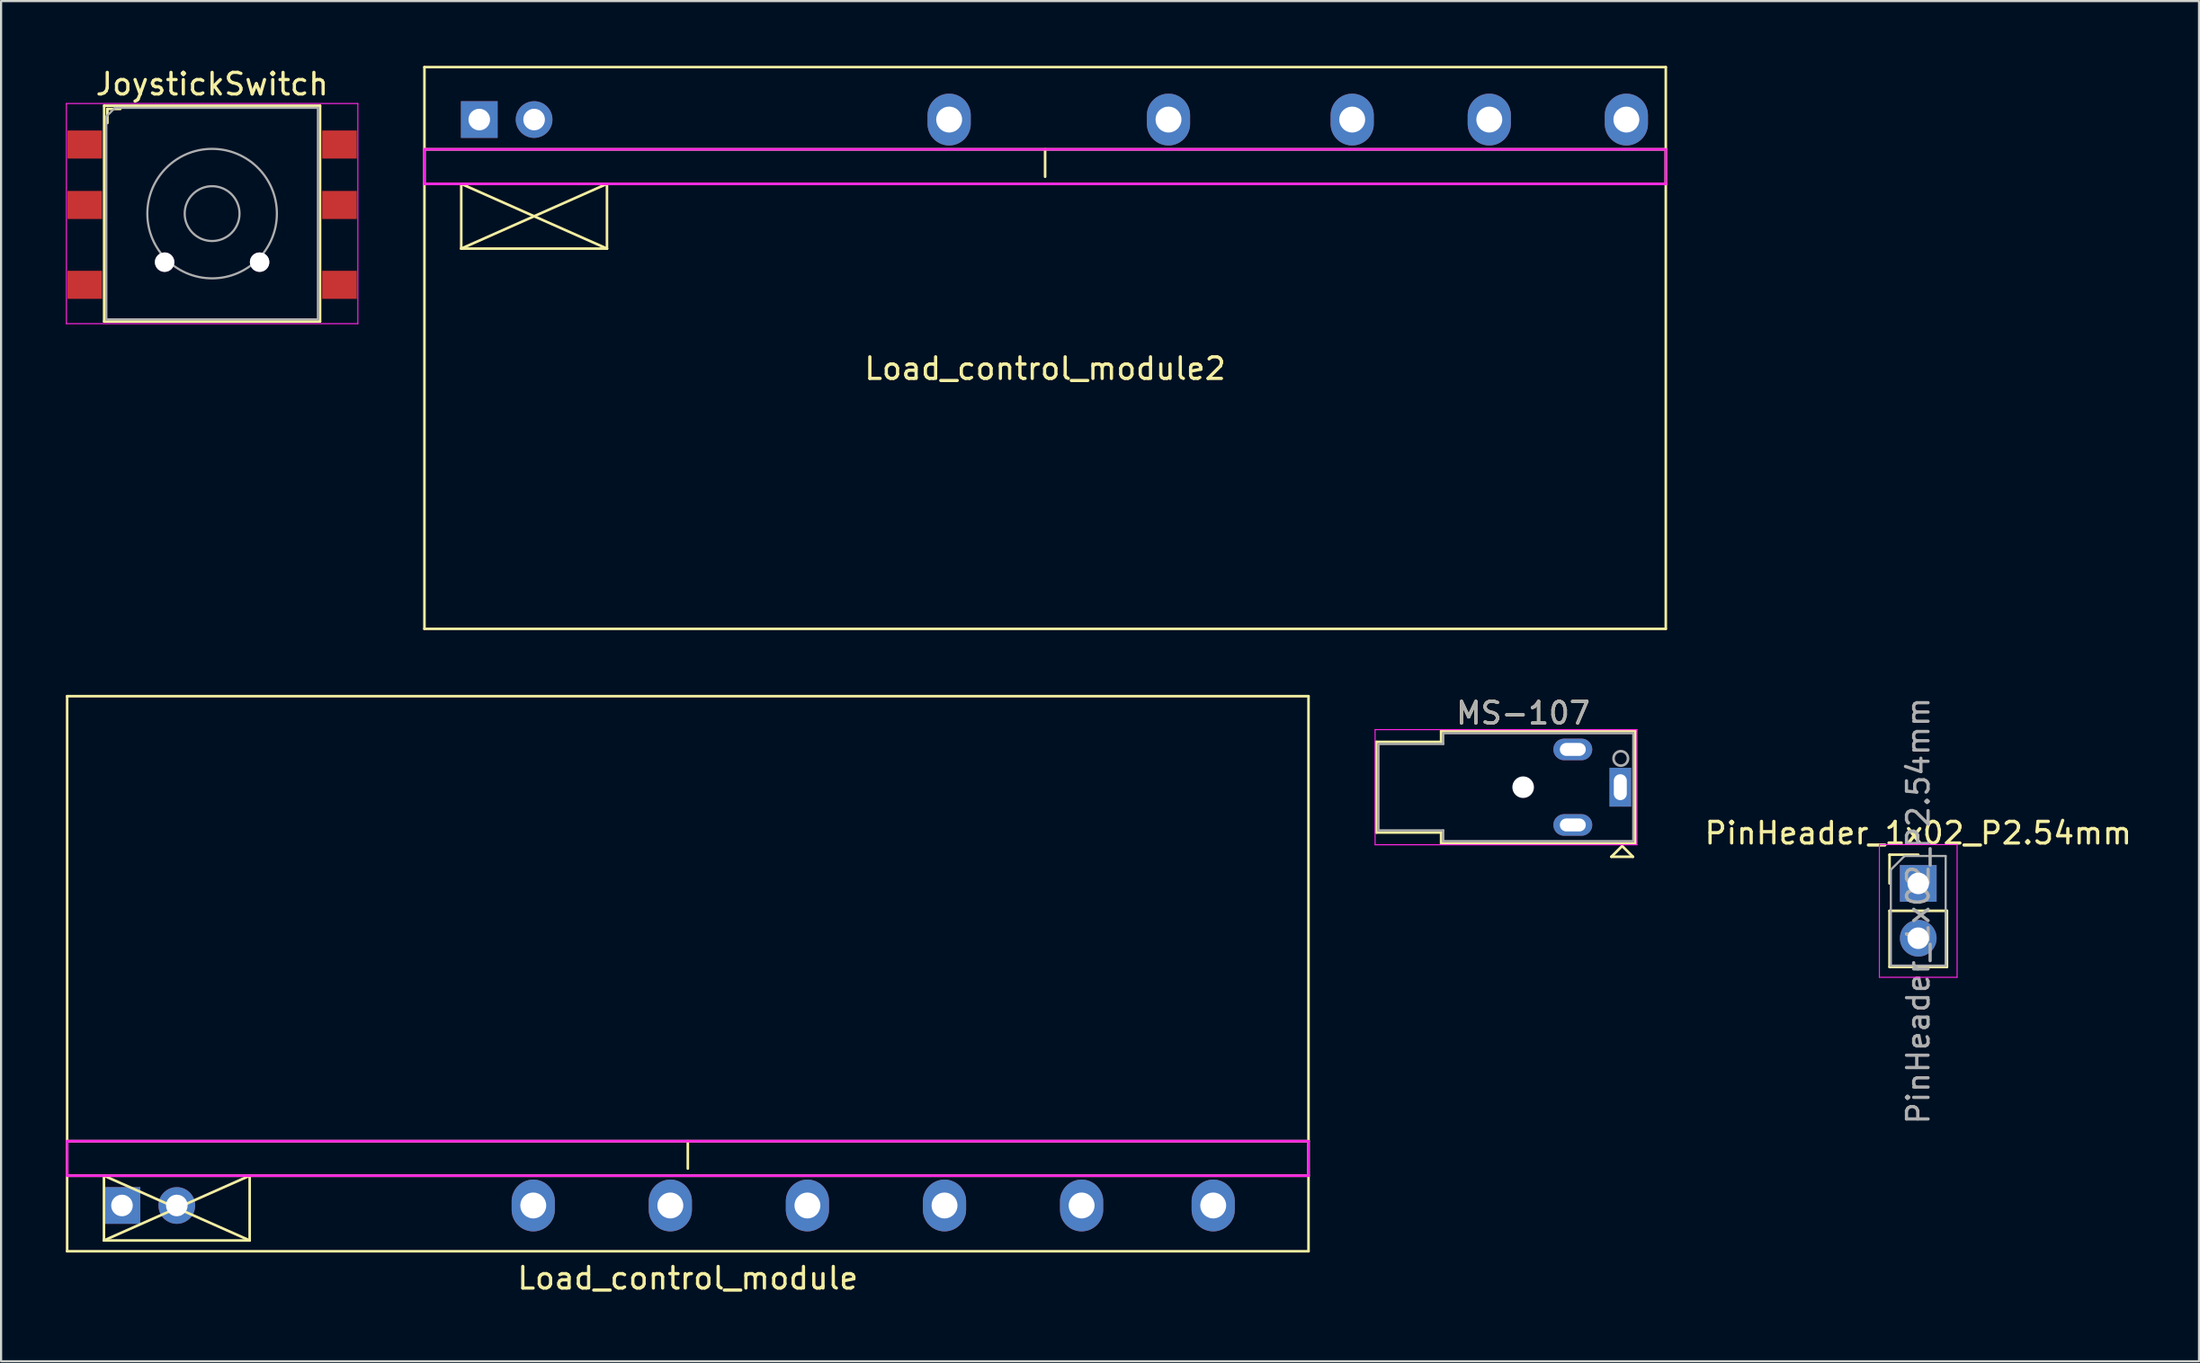
<source format=kicad_pcb>
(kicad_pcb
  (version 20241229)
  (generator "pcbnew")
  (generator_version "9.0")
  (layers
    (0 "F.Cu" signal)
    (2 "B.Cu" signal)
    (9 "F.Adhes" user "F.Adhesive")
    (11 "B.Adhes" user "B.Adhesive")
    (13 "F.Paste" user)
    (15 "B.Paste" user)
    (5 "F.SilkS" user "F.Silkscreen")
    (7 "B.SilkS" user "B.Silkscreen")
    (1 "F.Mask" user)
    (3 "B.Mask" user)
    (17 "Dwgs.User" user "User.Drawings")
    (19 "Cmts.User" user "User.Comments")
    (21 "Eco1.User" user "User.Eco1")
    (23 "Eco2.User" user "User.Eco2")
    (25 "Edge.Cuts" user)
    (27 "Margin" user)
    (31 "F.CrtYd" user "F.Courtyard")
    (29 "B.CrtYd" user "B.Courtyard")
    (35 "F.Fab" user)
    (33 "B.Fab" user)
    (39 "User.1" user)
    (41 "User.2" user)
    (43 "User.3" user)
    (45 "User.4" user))
  (footprint "Load_control_module2"
    (layer "F.Cu")
    (at 45.36 3.87)
    (property "Reference" "Load_control_module2" (at 0 10.16 180) (layer "F.SilkS") (effects (font (size 1 1) (thickness 0.15))))
    (attr through_hole)
    (fp_line (start -28.75 -3.81) (end 28.75 -3.81) (stroke (width 0.12) (type solid)) (layer "F.SilkS"))
    (fp_line (start -28.75 0) (end 28.75 0) (stroke (width 0.12) (type solid)) (layer "F.SilkS"))
    (fp_line (start -28.75 1.6) (end 28.75 1.6) (stroke (width 0.12) (type solid)) (layer "F.SilkS"))
    (fp_line (start -28.75 22.22) (end -28.75 -3.81) (stroke (width 0.12) (type solid)) (layer "F.SilkS"))
    (fp_line (start -27.045 1.6) (end -20.295 4.6) (stroke (width 0.12) (type solid)) (layer "F.SilkS"))
    (fp_line (start -27.045 4.6) (end -27.045 1.6) (stroke (width 0.12) (type solid)) (layer "F.SilkS"))
    (fp_line (start -27.045 4.6) (end -20.295 1.6) (stroke (width 0.12) (type solid)) (layer "F.SilkS"))
    (fp_line (start -20.295 4.6) (end -27.045 4.6) (stroke (width 0.12) (type solid)) (layer "F.SilkS"))
    (fp_line (start -20.295 4.6) (end -20.295 1.6) (stroke (width 0.12) (type solid)) (layer "F.SilkS"))
    (fp_line (start 0 0) (end 0 1.27) (stroke (width 0.12) (type solid)) (layer "F.SilkS"))
    (fp_line (start 28.75 -3.81) (end 28.75 22.22) (stroke (width 0.12) (type solid)) (layer "F.SilkS"))
    (fp_line (start 28.75 22.22) (end -28.75 22.22) (stroke (width 0.12) (type solid)) (layer "F.SilkS"))
    (fp_line (start -28.75 0) (end -28.75 1.6) (stroke (width 0.12) (type solid)) (layer "F.CrtYd"))
    (fp_line (start -28.75 1.6) (end 28.75 1.6) (stroke (width 0.12) (type solid)) (layer "F.CrtYd"))
    (fp_line (start 28.75 0) (end -28.75 0) (stroke (width 0.12) (type solid)) (layer "F.CrtYd"))
    (fp_line (start 28.75 1.6) (end 28.75 0.013) (stroke (width 0.12) (type solid)) (layer "F.CrtYd"))
    (pad "1" thru_hole rect (at -26.21 -1.38 180) (size 1.7 1.7) (drill 1) (layers "*.Cu" "*.Mask"))
    (pad "2" thru_hole circle (at -23.67 -1.38 180) (size 1.7 1.7) (drill 1) (layers "*.Cu" "*.Mask"))
    (pad "3" thru_hole oval (at -4.445 -1.38 180) (size 2 2.4) (drill 1.2) (layers "*.Cu" "*.Mask"))
    (pad "4" thru_hole oval (at 5.715 -1.38 180) (size 2 2.4) (drill 1.2) (layers "*.Cu" "*.Mask"))
    (pad "5" thru_hole oval (at 14.224 -1.38 180) (size 2 2.4) (drill 1.2) (layers "*.Cu" "*.Mask"))
    (pad "6" thru_hole oval (at 20.574 -1.38 180) (size 2 2.4) (drill 1.2) (layers "*.Cu" "*.Mask"))
    (pad "7" thru_hole oval (at 26.924 -1.38 180) (size 2 2.4) (drill 1.2) (layers "*.Cu" "*.Mask")))
  (footprint "MS-107"
    (layer "F.Cu")
    (at 67.503 33.427)
    (property "Reference" "MS-107" (at 0 -3.429 180) (layer "F.SilkS") (effects (font (size 1 1) (thickness 0.15))))
    (attr through_hole)
    (fp_line (start -6.8 -2.1) (end -6.8 2.1) (stroke (width 0.12) (type solid)) (layer "F.SilkS"))
    (fp_line (start -3.8 -2.6) (end -3.8 -2.1) (stroke (width 0.12) (type solid)) (layer "F.SilkS"))
    (fp_line (start -3.8 -2.6) (end 5.2 -2.6) (stroke (width 0.12) (type solid)) (layer "F.SilkS"))
    (fp_line (start -3.8 -2.1) (end -6.8 -2.1) (stroke (width 0.12) (type solid)) (layer "F.SilkS"))
    (fp_line (start -3.8 2.1) (end -6.8 2.1) (stroke (width 0.12) (type solid)) (layer "F.SilkS"))
    (fp_line (start -3.8 2.1) (end -3.8 2.6) (stroke (width 0.12) (type solid)) (layer "F.SilkS"))
    (fp_line (start -3.8 2.6) (end 5.2 2.6) (stroke (width 0.12) (type solid)) (layer "F.SilkS"))
    (fp_line (start 4.086 3.224) (end 5.086 3.224) (stroke (width 0.12) (type solid)) (layer "F.SilkS"))
    (fp_line (start 4.586 2.724) (end 4.086 3.224) (stroke (width 0.12) (type solid)) (layer "F.SilkS"))
    (fp_line (start 5.086 3.224) (end 4.586 2.724) (stroke (width 0.12) (type solid)) (layer "F.SilkS"))
    (fp_line (start 5.2 2.6) (end 5.2 -2.6) (stroke (width 0.12) (type solid)) (layer "F.SilkS"))
    (fp_line (start -6.858 -2.667) (end 5.271 -2.667) (stroke (width 0.05) (type solid)) (layer "F.CrtYd"))
    (fp_line (start -6.858 2.667) (end -6.858 -2.667) (stroke (width 0.05) (type solid)) (layer "F.CrtYd"))
    (fp_line (start -6.858 2.667) (end 5.271 2.667) (stroke (width 0.05) (type solid)) (layer "F.CrtYd"))
    (fp_line (start 5.271 2.667) (end 5.271 -2.667) (stroke (width 0.05) (type solid)) (layer "F.CrtYd"))
    (fp_line (start -6.7 -2) (end -3.7 -2) (stroke (width 0.1) (type solid)) (layer "F.Fab"))
    (fp_line (start -6.7 2) (end -6.7 -2) (stroke (width 0.1) (type solid)) (layer "F.Fab"))
    (fp_line (start -3.7 -2.5) (end -3.7 -2) (stroke (width 0.1) (type solid)) (layer "F.Fab"))
    (fp_line (start -3.7 -2.5) (end 5.1 -2.5) (stroke (width 0.1) (type solid)) (layer "F.Fab"))
    (fp_line (start -3.7 2) (end -6.7 2) (stroke (width 0.1) (type solid)) (layer "F.Fab"))
    (fp_line (start -3.7 2) (end -3.7 2.5) (stroke (width 0.1) (type solid)) (layer "F.Fab"))
    (fp_line (start 5.1 -2.5) (end 5.1 2.5) (stroke (width 0.1) (type solid)) (layer "F.Fab"))
    (fp_line (start 5.1 2.5) (end -3.7 2.5) (stroke (width 0.1) (type solid)) (layer "F.Fab"))
    (fp_circle (center 4.522 -1.333) (end 4.858 -1.333) (stroke (width 0.12) (type solid)) (fill no) (layer "F.Fab"))
    (fp_text user "${REFERENCE}" (at 0 -3.429 180) (layer "F.Fab") (effects (font (size 1 1) (thickness 0.15))))
    (pad "" np_thru_hole circle (at 0 0) (size 1 1) (drill 1) (layers "*.Cu" "*.Mask"))
    (pad "1" thru_hole rect (at 4.5 0 180) (size 1 1.8) (drill oval 0.6 1.2) (layers "*.Cu" "*.Mask"))
    (pad "3" thru_hole oval (at 2.3 -1.75 90) (size 1 1.8) (drill oval 0.6 1.2) (layers "*.Cu" "*.Mask"))
    (pad "3" thru_hole oval (at 2.3 1.75 90) (size 1 1.8) (drill oval 0.6 1.2) (layers "*.Cu" "*.Mask")))
  (footprint "JoystickSwitch"
    (layer "F.Cu")
    (at 6.775 6.848)
    (property "Reference" "JoystickSwitch" (at 0 -6 0) (layer "F.SilkS") (effects (font (size 1 1) (thickness 0.15))))
    (attr through_hole)
    (fp_line (start -5 -5) (end 5 -5) (stroke (width 0.12) (type solid)) (layer "F.SilkS"))
    (fp_line (start -5 5) (end -5 -5) (stroke (width 0.12) (type solid)) (layer "F.SilkS"))
    (fp_line (start -5 5) (end 5 5) (stroke (width 0.12) (type solid)) (layer "F.SilkS"))
    (fp_line (start -4.85 -4.85) (end -4.25 -4.85) (stroke (width 0.12) (type solid)) (layer "F.SilkS"))
    (fp_line (start -4.85 -4.2) (end -4.85 -4.85) (stroke (width 0.12) (type solid)) (layer "F.SilkS"))
    (fp_line (start 5 5) (end 5 -5) (stroke (width 0.12) (type solid)) (layer "F.SilkS"))
    (fp_line (start -6.75 -5.1) (end 6.75 -5.1) (stroke (width 0.05) (type solid)) (layer "F.CrtYd"))
    (fp_line (start -6.75 5.1) (end -6.75 -5.1) (stroke (width 0.05) (type solid)) (layer "F.CrtYd"))
    (fp_line (start 6.75 -5.1) (end 6.75 5.1) (stroke (width 0.05) (type solid)) (layer "F.CrtYd"))
    (fp_line (start 6.75 5.1) (end -6.75 5.1) (stroke (width 0.05) (type solid)) (layer "F.CrtYd"))
    (fp_line (start -4.9 -4.5) (end -4.9 4.9) (stroke (width 0.1) (type solid)) (layer "F.Fab"))
    (fp_line (start -4.9 -4.5) (end -4.5 -4.9) (stroke (width 0.1) (type solid)) (layer "F.Fab"))
    (fp_line (start -4.9 4.9) (end 4.9 4.9) (stroke (width 0.1) (type solid)) (layer "F.Fab"))
    (fp_line (start 4.9 -4.9) (end -4.5 -4.9) (stroke (width 0.1) (type solid)) (layer "F.Fab"))
    (fp_line (start 4.9 4.9) (end 4.9 -4.9) (stroke (width 0.1) (type solid)) (layer "F.Fab"))
    (fp_circle (center 0 0) (end 1.27 0) (stroke (width 0.1) (type solid)) (fill no) (layer "F.Fab"))
    (fp_circle (center 0 0) (end 3 0) (stroke (width 0.1) (type solid)) (fill no) (layer "F.Fab"))
    (pad "1" smd rect (at -5.9 -3.2) (size 1.6 1.3) (layers "F.Cu" "F.Mask" "F.Paste"))
    (pad "2" smd rect (at -5.9 -0.4) (size 1.6 1.3) (layers "F.Cu" "F.Mask" "F.Paste"))
    (pad "3" smd rect (at -5.9 3.3) (size 1.6 1.3) (layers "F.Cu" "F.Mask" "F.Paste"))
    (pad "4" smd rect (at 5.9 -3.2) (size 1.6 1.3) (layers "F.Cu" "F.Mask" "F.Paste"))
    (pad "5" smd rect (at 5.9 -0.4) (size 1.6 1.3) (layers "F.Cu" "F.Mask" "F.Paste"))
    (pad "6" smd rect (at 5.9 3.3) (size 1.6 1.3) (layers "F.Cu" "F.Mask" "F.Paste"))
    (pad "~" thru_hole circle (at -2.2 2.25) (size 0.9 0.9) (drill 0.9) (layers "*.Cu" "*.Mask"))
    (pad "~" thru_hole circle (at 2.2 2.25) (size 0.9 0.9) (drill 0.9) (layers "*.Cu" "*.Mask")))
  (footprint "Load_control_module"
    (layer "F.Cu")
    (at 28.81 49.83)
    (property "Reference" "Load_control_module" (at 0 6.35 180) (layer "F.SilkS") (effects (font (size 1 1) (thickness 0.15))))
    (attr through_hole)
    (fp_line (start -28.75 -20.62) (end 28.75 -20.62) (stroke (width 0.12) (type solid)) (layer "F.SilkS"))
    (fp_line (start -28.75 0) (end 28.75 0) (stroke (width 0.12) (type solid)) (layer "F.SilkS"))
    (fp_line (start -28.75 1.6) (end 28.75 1.6) (stroke (width 0.12) (type solid)) (layer "F.SilkS"))
    (fp_line (start -28.75 5.1) (end -28.75 -20.62) (stroke (width 0.12) (type solid)) (layer "F.SilkS"))
    (fp_line (start -27.045 1.6) (end -20.295 4.6) (stroke (width 0.12) (type solid)) (layer "F.SilkS"))
    (fp_line (start -27.045 4.6) (end -27.045 1.6) (stroke (width 0.12) (type solid)) (layer "F.SilkS"))
    (fp_line (start -27.045 4.6) (end -20.295 1.6) (stroke (width 0.12) (type solid)) (layer "F.SilkS"))
    (fp_line (start -20.295 4.6) (end -27.045 4.6) (stroke (width 0.12) (type solid)) (layer "F.SilkS"))
    (fp_line (start -20.295 4.6) (end -20.295 1.6) (stroke (width 0.12) (type solid)) (layer "F.SilkS"))
    (fp_line (start 0 0) (end 0 1.27) (stroke (width 0.12) (type solid)) (layer "F.SilkS"))
    (fp_line (start 28.75 -20.62) (end 28.75 5.1) (stroke (width 0.12) (type solid)) (layer "F.SilkS"))
    (fp_line (start 28.75 5.1) (end -28.75 5.1) (stroke (width 0.12) (type solid)) (layer "F.SilkS"))
    (fp_line (start -28.75 0) (end -28.75 1.6) (stroke (width 0.12) (type solid)) (layer "F.CrtYd"))
    (fp_line (start -28.75 1.6) (end 28.75 1.6) (stroke (width 0.12) (type solid)) (layer "F.CrtYd"))
    (fp_line (start 28.75 0) (end -28.75 0) (stroke (width 0.12) (type solid)) (layer "F.CrtYd"))
    (fp_line (start 28.75 1.6) (end 28.75 0.013) (stroke (width 0.12) (type solid)) (layer "F.CrtYd"))
    (pad "1" thru_hole rect (at -26.21 2.98 180) (size 1.7 1.7) (drill 1) (layers "*.Cu" "*.Mask"))
    (pad "2" thru_hole circle (at -23.67 2.98 180) (size 1.7 1.7) (drill 1) (layers "*.Cu" "*.Mask"))
    (pad "3" thru_hole oval (at -7.16 2.98 180) (size 2 2.4) (drill 1.2) (layers "*.Cu" "*.Mask"))
    (pad "4" thru_hole oval (at -0.81 2.98 180) (size 2 2.4) (drill 1.2) (layers "*.Cu" "*.Mask"))
    (pad "5" thru_hole oval (at 5.54 2.98 180) (size 2 2.4) (drill 1.2) (layers "*.Cu" "*.Mask"))
    (pad "6" thru_hole oval (at 11.89 2.98 180) (size 2 2.4) (drill 1.2) (layers "*.Cu" "*.Mask"))
    (pad "7" thru_hole oval (at 18.24 2.98 180) (size 2 2.4) (drill 1.2) (layers "*.Cu" "*.Mask"))
    (pad "8" thru_hole oval (at 24.336 2.98 180) (size 2 2.4) (drill 1.2) (layers "*.Cu" "*.Mask")))
  (footprint "PinHeader_1x02_P2.54mm"
    (layer "F.Cu")
    (at 85.804 37.886)
    (property "Reference" "PinHeader_1x02_P2.54mm" (at 0 -2.33 0) (layer "F.SilkS") (effects (font (size 1 1) (thickness 0.15))))
    (attr through_hole)
    (fp_line (start -1.33 -1.33) (end 0 -1.33) (stroke (width 0.12) (type solid)) (layer "F.SilkS"))
    (fp_line (start -1.33 0) (end -1.33 -1.33) (stroke (width 0.12) (type solid)) (layer "F.SilkS"))
    (fp_line (start -1.33 1.27) (end -1.33 3.87) (stroke (width 0.12) (type solid)) (layer "F.SilkS"))
    (fp_line (start -1.33 1.27) (end 1.33 1.27) (stroke (width 0.12) (type solid)) (layer "F.SilkS"))
    (fp_line (start -1.33 3.87) (end 1.33 3.87) (stroke (width 0.12) (type solid)) (layer "F.SilkS"))
    (fp_line (start 1.33 1.27) (end 1.33 3.87) (stroke (width 0.12) (type solid)) (layer "F.SilkS"))
    (fp_line (start -1.8 -1.8) (end -1.8 4.35) (stroke (width 0.05) (type solid)) (layer "F.CrtYd"))
    (fp_line (start -1.8 4.35) (end 1.8 4.35) (stroke (width 0.05) (type solid)) (layer "F.CrtYd"))
    (fp_line (start 1.8 -1.8) (end -1.8 -1.8) (stroke (width 0.05) (type solid)) (layer "F.CrtYd"))
    (fp_line (start 1.8 4.35) (end 1.8 -1.8) (stroke (width 0.05) (type solid)) (layer "F.CrtYd"))
    (fp_line (start -1.27 -0.635) (end -0.635 -1.27) (stroke (width 0.1) (type solid)) (layer "F.Fab"))
    (fp_line (start -1.27 3.81) (end -1.27 -0.635) (stroke (width 0.1) (type solid)) (layer "F.Fab"))
    (fp_line (start -0.635 -1.27) (end 1.27 -1.27) (stroke (width 0.1) (type solid)) (layer "F.Fab"))
    (fp_line (start 1.27 -1.27) (end 1.27 3.81) (stroke (width 0.1) (type solid)) (layer "F.Fab"))
    (fp_line (start 1.27 3.81) (end -1.27 3.81) (stroke (width 0.1) (type solid)) (layer "F.Fab"))
    (fp_text user "${REFERENCE}" (at 0 1.27 90) (layer "F.Fab") (effects (font (size 1 1) (thickness 0.15))))
    (pad "1" thru_hole rect (at 0 0) (size 1.7 1.7) (drill 1) (layers "*.Cu" "*.Mask"))
    (pad "2" thru_hole oval (at 0 2.54) (size 1.7 1.7) (drill 1) (layers "*.Cu" "*.Mask")))
  (gr_rect
    (start -3 -3)
    (end 98.81 60.028)
    (stroke (width 0.1) (type default))
    (fill no)
    (layer "Edge.Cuts")))
</source>
